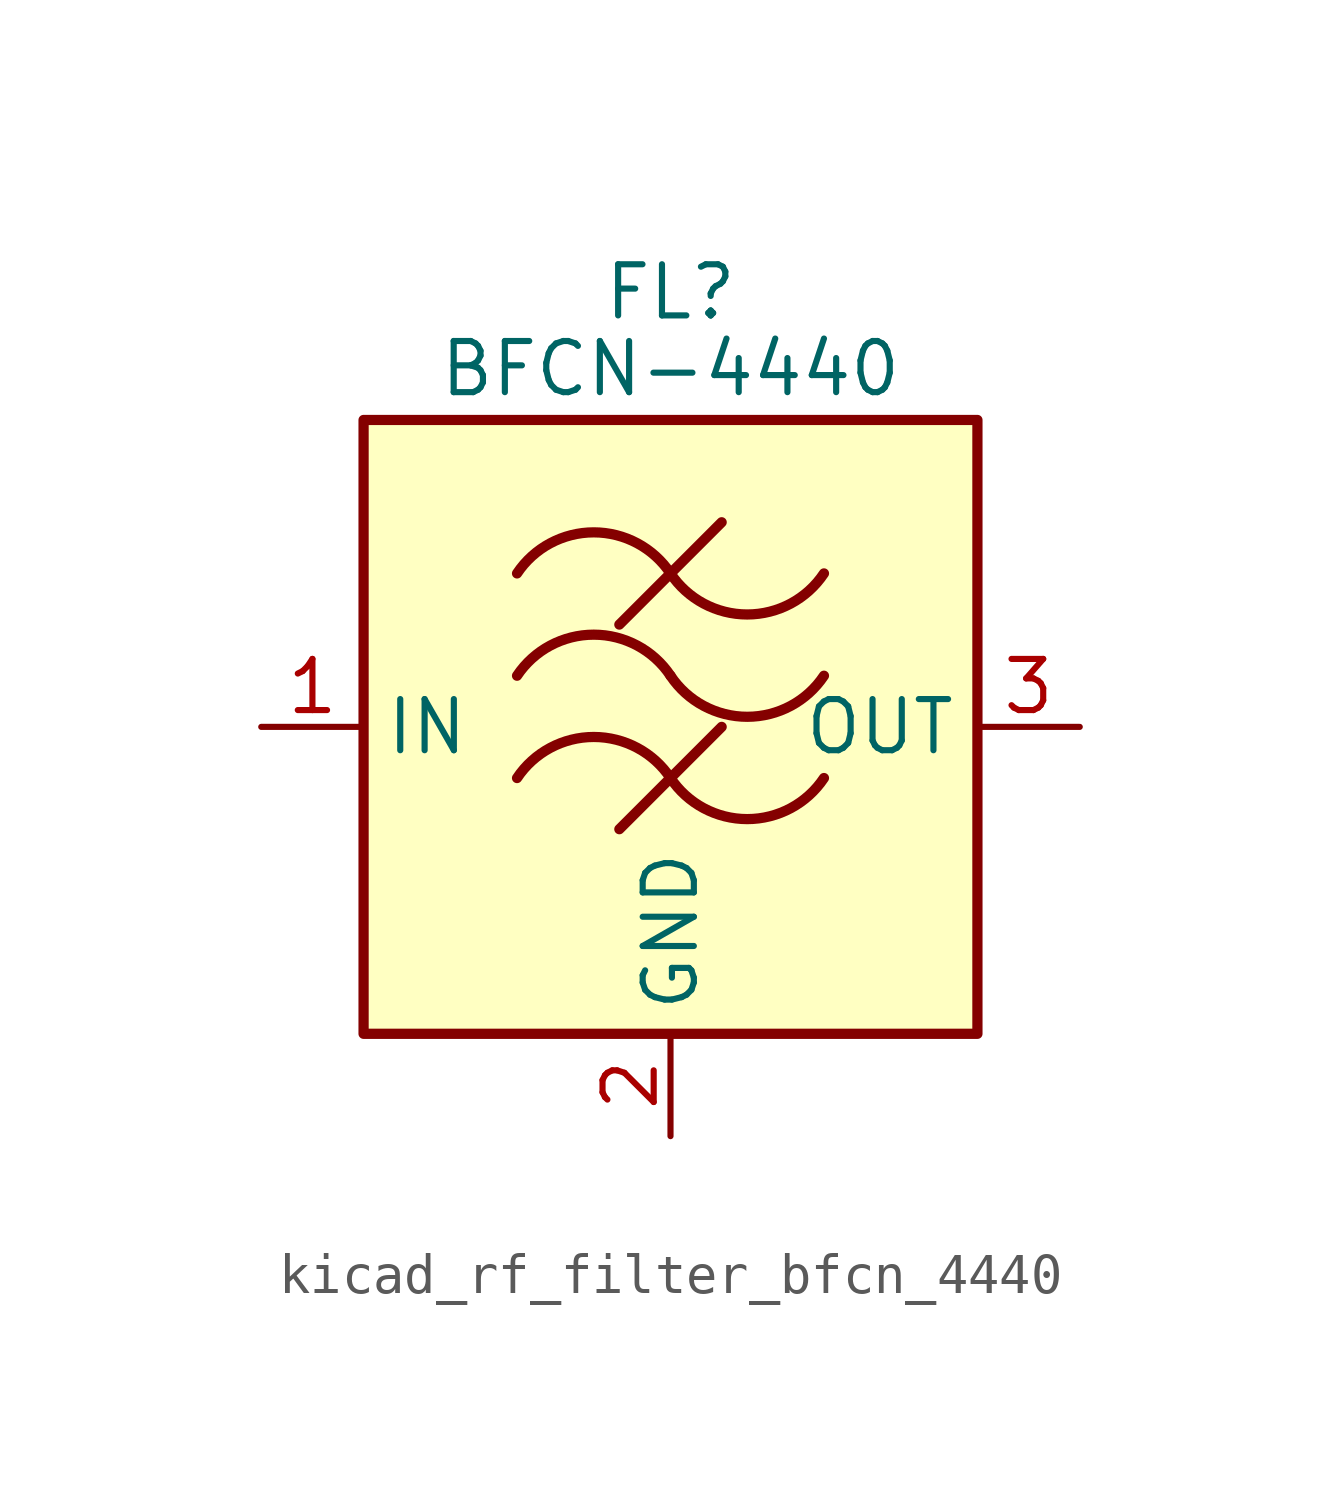
<source format=kicad_sym>
(kicad_symbol_lib
  (version 20220914)
  (generator kicad_symbol_editor)
  (symbol "kicad_rf_filter_bfcn_4440"
    (property "Reference" "FL"
      (at 0 10.795 0)
      (effects (font (size 1.27 1.27))))
    (property "Value" "BFCN-4440"
      (at 0 8.89 0)
      (effects (font (size 1.27 1.27))))
    (symbol "kicad_rf_filter_bfcn_4440_0_1"
      (rectangle (start -7.62 7.62) (end 7.62 -7.62) (stroke (width 0.254) (type default)) (fill (type background)))
      (arc (start 0 -1.27) (mid -1.905 -0.2505) (end -3.81 -1.27) (stroke (width 0.254) (type default)) (fill (type none)))
      (arc (start 0 -1.27) (mid 1.905 -2.2895) (end 3.81 -1.27) (stroke (width 0.254) (type default)) (fill (type none)))
      (polyline (pts (xy -1.27 -2.54) (xy 1.27 0)) (stroke (width 0.254) (type default)) (fill (type none)))
      (polyline (pts (xy -1.27 2.54) (xy 1.27 5.08)) (stroke (width 0.254) (type default)) (fill (type none)))
      (arc (start 0 1.27) (mid -1.905 2.2895) (end -3.81 1.27) (stroke (width 0.254) (type default)) (fill (type none)))
      (arc (start 0 1.27) (mid 1.905 0.2505) (end 3.81 1.27) (stroke (width 0.254) (type default)) (fill (type none)))
      (arc (start 0 3.81) (mid -1.905 4.8295) (end -3.81 3.81) (stroke (width 0.254) (type default)) (fill (type none)))
      (arc (start 0 3.81) (mid 1.905 2.7905) (end 3.81 3.81) (stroke (width 0.254) (type default)) (fill (type none))))
    (symbol "kicad_rf_filter_bfcn_4440_1_1"
      (pin passive line (at -10.16 0 0) (length 2.54) (name "IN" (effects (font (size 1.27 1.27)))) (number "1" (effects (font (size 1.27 1.27)))))
      (pin passive line (at 0 -10.16 90) (length 2.54) (name "GND" (effects (font (size 1.27 1.27)))) (number "2" (effects (font (size 1.27 1.27)))))
      (pin passive line (at 10.16 0 180) (length 2.54) (name "OUT" (effects (font (size 1.27 1.27)))) (number "3" (effects (font (size 1.27 1.27)))))
      (pin passive line (at 0 -10.16 90) (length 2.54) hide (name "GND" (effects (font (size 1.27 1.27)))) (number "4" (effects (font (size 1.27 1.27))))))))
</source>
